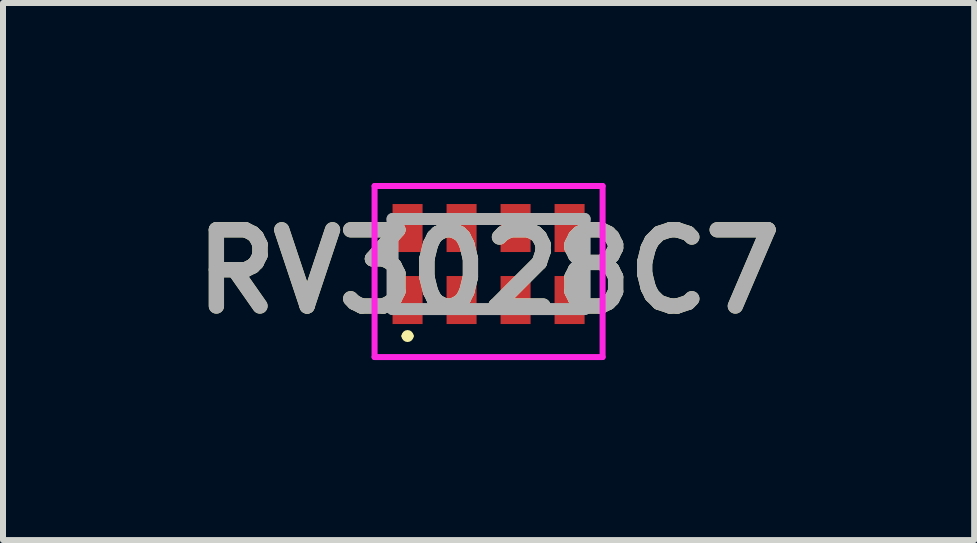
<source format=kicad_pcb>
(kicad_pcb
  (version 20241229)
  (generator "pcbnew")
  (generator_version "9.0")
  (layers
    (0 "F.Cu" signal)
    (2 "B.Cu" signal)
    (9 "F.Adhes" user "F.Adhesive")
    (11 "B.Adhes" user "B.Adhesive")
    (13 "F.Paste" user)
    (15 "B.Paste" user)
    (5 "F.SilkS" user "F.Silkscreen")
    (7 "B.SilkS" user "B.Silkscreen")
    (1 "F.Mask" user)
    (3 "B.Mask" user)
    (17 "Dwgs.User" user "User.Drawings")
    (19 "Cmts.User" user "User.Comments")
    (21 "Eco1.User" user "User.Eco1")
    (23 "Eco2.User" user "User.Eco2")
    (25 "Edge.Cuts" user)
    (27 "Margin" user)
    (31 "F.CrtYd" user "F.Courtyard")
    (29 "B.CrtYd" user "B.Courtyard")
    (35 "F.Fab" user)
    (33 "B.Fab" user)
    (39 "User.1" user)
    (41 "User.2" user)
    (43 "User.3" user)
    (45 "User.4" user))
  (footprint "RV3028C7"
    (layer "F.Cu")
    (at 5.092 1.35)
    (property "Reference" "RV3028C7" (at 0 0.125 0) (layer "F.SilkS") (effects (font (size 1.27 1.27) (thickness 0.254))))
    (attr smd)
    (fp_line (start -1.4 1.2) (end -1.4 1.2) (stroke (width 0.1) (type solid)) (layer "F.SilkS"))
    (fp_line (start -1.3 1.2) (end -1.3 1.2) (stroke (width 0.1) (type solid)) (layer "F.SilkS"))
    (fp_arc (start -1.4 1.2) (mid -1.35 1.15) (end -1.3 1.2) (stroke (width 0.1) (type solid)) (layer "F.SilkS"))
    (fp_arc (start -1.3 1.2) (mid -1.35 1.25) (end -1.4 1.2) (stroke (width 0.1) (type solid)) (layer "F.SilkS"))
    (fp_line (start -1.9 -1.3) (end 1.9 -1.3) (stroke (width 0.1) (type solid)) (layer "F.CrtYd"))
    (fp_line (start -1.9 1.55) (end -1.9 -1.3) (stroke (width 0.1) (type solid)) (layer "F.CrtYd"))
    (fp_line (start 1.9 -1.3) (end 1.9 1.55) (stroke (width 0.1) (type solid)) (layer "F.CrtYd"))
    (fp_line (start 1.9 1.55) (end -1.9 1.55) (stroke (width 0.1) (type solid)) (layer "F.CrtYd"))
    (fp_line (start -1.6 -0.75) (end 1.6 -0.75) (stroke (width 0.2) (type solid)) (layer "F.Fab"))
    (fp_line (start -1.6 0.75) (end -1.6 -0.75) (stroke (width 0.2) (type solid)) (layer "F.Fab"))
    (fp_line (start 1.6 -0.75) (end 1.6 0.75) (stroke (width 0.2) (type solid)) (layer "F.Fab"))
    (fp_line (start 1.6 0.75) (end -1.6 0.75) (stroke (width 0.2) (type solid)) (layer "F.Fab"))
    (fp_text user "${REFERENCE}" (at 0 0.125 0) (layer "F.Fab") (effects (font (size 1.27 1.27) (thickness 0.254))))
    (pad "1" smd rect (at -1.35 0.6) (size 0.5 0.8) (layers "F.Cu" "F.Mask" "F.Paste"))
    (pad "2" smd rect (at -0.45 0.6) (size 0.5 0.8) (layers "F.Cu" "F.Mask" "F.Paste"))
    (pad "3" smd rect (at 0.45 0.6) (size 0.5 0.8) (layers "F.Cu" "F.Mask" "F.Paste"))
    (pad "4" smd rect (at 1.35 0.6) (size 0.5 0.8) (layers "F.Cu" "F.Mask" "F.Paste"))
    (pad "5" smd rect (at 1.35 -0.6) (size 0.5 0.8) (layers "F.Cu" "F.Mask" "F.Paste"))
    (pad "6" smd rect (at 0.45 -0.6) (size 0.5 0.8) (layers "F.Cu" "F.Mask" "F.Paste"))
    (pad "7" smd rect (at -0.45 -0.6) (size 0.5 0.8) (layers "F.Cu" "F.Mask" "F.Paste"))
    (pad "8" smd rect (at -1.35 -0.6) (size 0.5 0.8) (layers "F.Cu" "F.Mask" "F.Paste")))
  (gr_rect
    (start -3 -3)
    (end 13.184 5.95)
    (stroke (width 0.1) (type default))
    (fill no)
    (layer "Edge.Cuts")))
</source>
